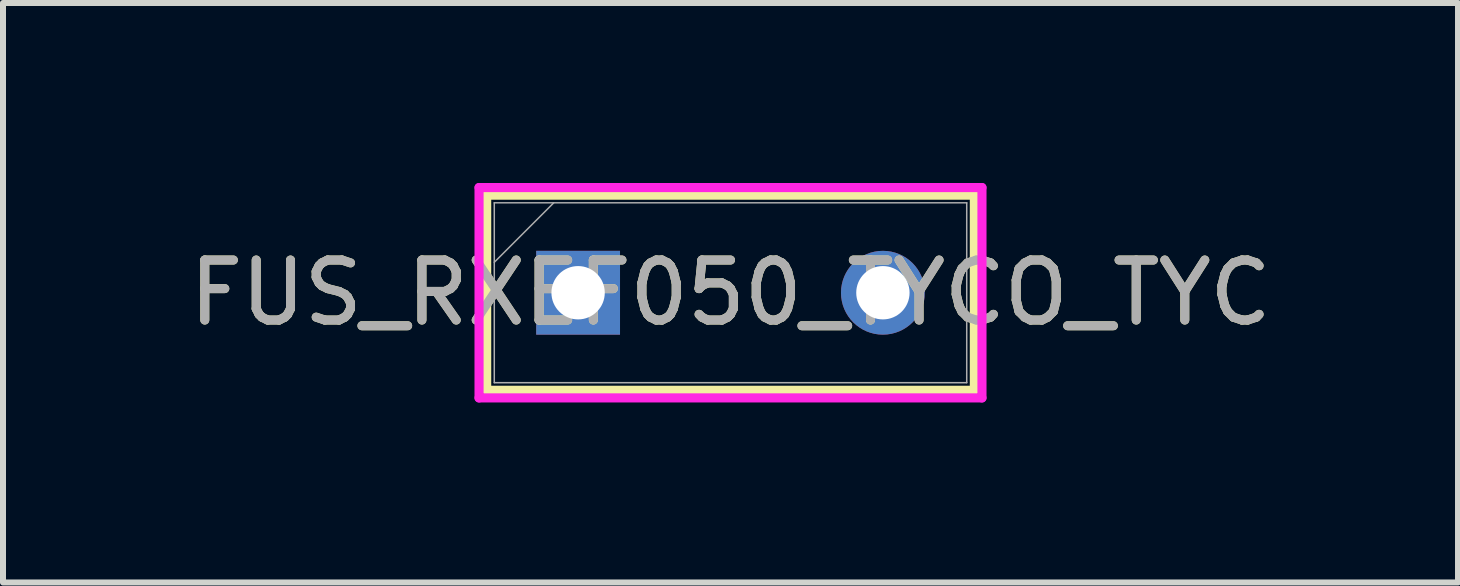
<source format=kicad_pcb>
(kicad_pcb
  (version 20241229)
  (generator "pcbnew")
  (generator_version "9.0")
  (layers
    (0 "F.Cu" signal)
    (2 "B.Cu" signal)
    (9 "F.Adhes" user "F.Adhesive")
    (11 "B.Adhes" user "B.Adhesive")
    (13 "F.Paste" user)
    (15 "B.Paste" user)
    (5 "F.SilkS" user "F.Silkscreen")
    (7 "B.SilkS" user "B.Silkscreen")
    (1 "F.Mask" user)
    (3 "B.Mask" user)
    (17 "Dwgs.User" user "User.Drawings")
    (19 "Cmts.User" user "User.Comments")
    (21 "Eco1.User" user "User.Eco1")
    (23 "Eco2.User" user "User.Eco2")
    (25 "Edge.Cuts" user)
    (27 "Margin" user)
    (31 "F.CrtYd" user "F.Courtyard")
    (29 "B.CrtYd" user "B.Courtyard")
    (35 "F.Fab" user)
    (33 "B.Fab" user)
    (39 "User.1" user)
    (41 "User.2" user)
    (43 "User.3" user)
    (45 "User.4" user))
  (footprint "FUS_RXEF050_TYCO_TYC"
    (layer "F.Cu")
    (at 6.585 1.829)
    (property "Reference" "FUS_RXEF050_TYCO_TYC" (at 2.54 0 0) (unlocked yes) (layer "F.SilkS") (effects (font (size 1 1) (thickness 0.15))))
    (attr through_hole)
    (fp_line (start -1.524 -1.626) (end -1.524 1.626) (stroke (width 0.152) (type solid)) (layer "F.SilkS"))
    (fp_line (start -1.524 1.626) (end 6.604 1.626) (stroke (width 0.152) (type solid)) (layer "F.SilkS"))
    (fp_line (start 6.604 -1.626) (end -1.524 -1.626) (stroke (width 0.152) (type solid)) (layer "F.SilkS"))
    (fp_line (start 6.604 1.626) (end 6.604 -1.626) (stroke (width 0.152) (type solid)) (layer "F.SilkS"))
    (fp_line (start -1.651 -1.753) (end 6.731 -1.753) (stroke (width 0.152) (type solid)) (layer "F.CrtYd"))
    (fp_line (start -1.651 1.753) (end -1.651 -1.753) (stroke (width 0.152) (type solid)) (layer "F.CrtYd"))
    (fp_line (start 6.731 -1.753) (end 6.731 1.753) (stroke (width 0.152) (type solid)) (layer "F.CrtYd"))
    (fp_line (start 6.731 1.753) (end -1.651 1.753) (stroke (width 0.152) (type solid)) (layer "F.CrtYd"))
    (fp_line (start -1.397 -1.499) (end -1.397 1.499) (stroke (width 0.025) (type solid)) (layer "F.Fab"))
    (fp_line (start -1.397 -0.508) (end -0.406 -1.499) (stroke (width 0.025) (type solid)) (layer "F.Fab"))
    (fp_line (start -1.397 1.499) (end 6.477 1.499) (stroke (width 0.025) (type solid)) (layer "F.Fab"))
    (fp_line (start 6.477 -1.499) (end -1.397 -1.499) (stroke (width 0.025) (type solid)) (layer "F.Fab"))
    (fp_line (start 6.477 1.499) (end 6.477 -1.499) (stroke (width 0.025) (type solid)) (layer "F.Fab"))
    (fp_text user "${REFERENCE}" (at 2.54 0 0) (unlocked yes) (layer "F.Fab") (effects (font (size 1 1) (thickness 0.15))))
    (pad "1" thru_hole rect (at 0 0) (size 1.397 1.397) (drill 0.889) (layers "*.Cu" "*.Mask"))
    (pad "2" thru_hole circle (at 5.08 0) (size 1.397 1.397) (drill 0.889) (layers "*.Cu" "*.Mask")))
  (gr_rect
    (start -3 -3)
    (end 21.25 6.658)
    (stroke (width 0.1) (type default))
    (fill no)
    (layer "Edge.Cuts")))
</source>
